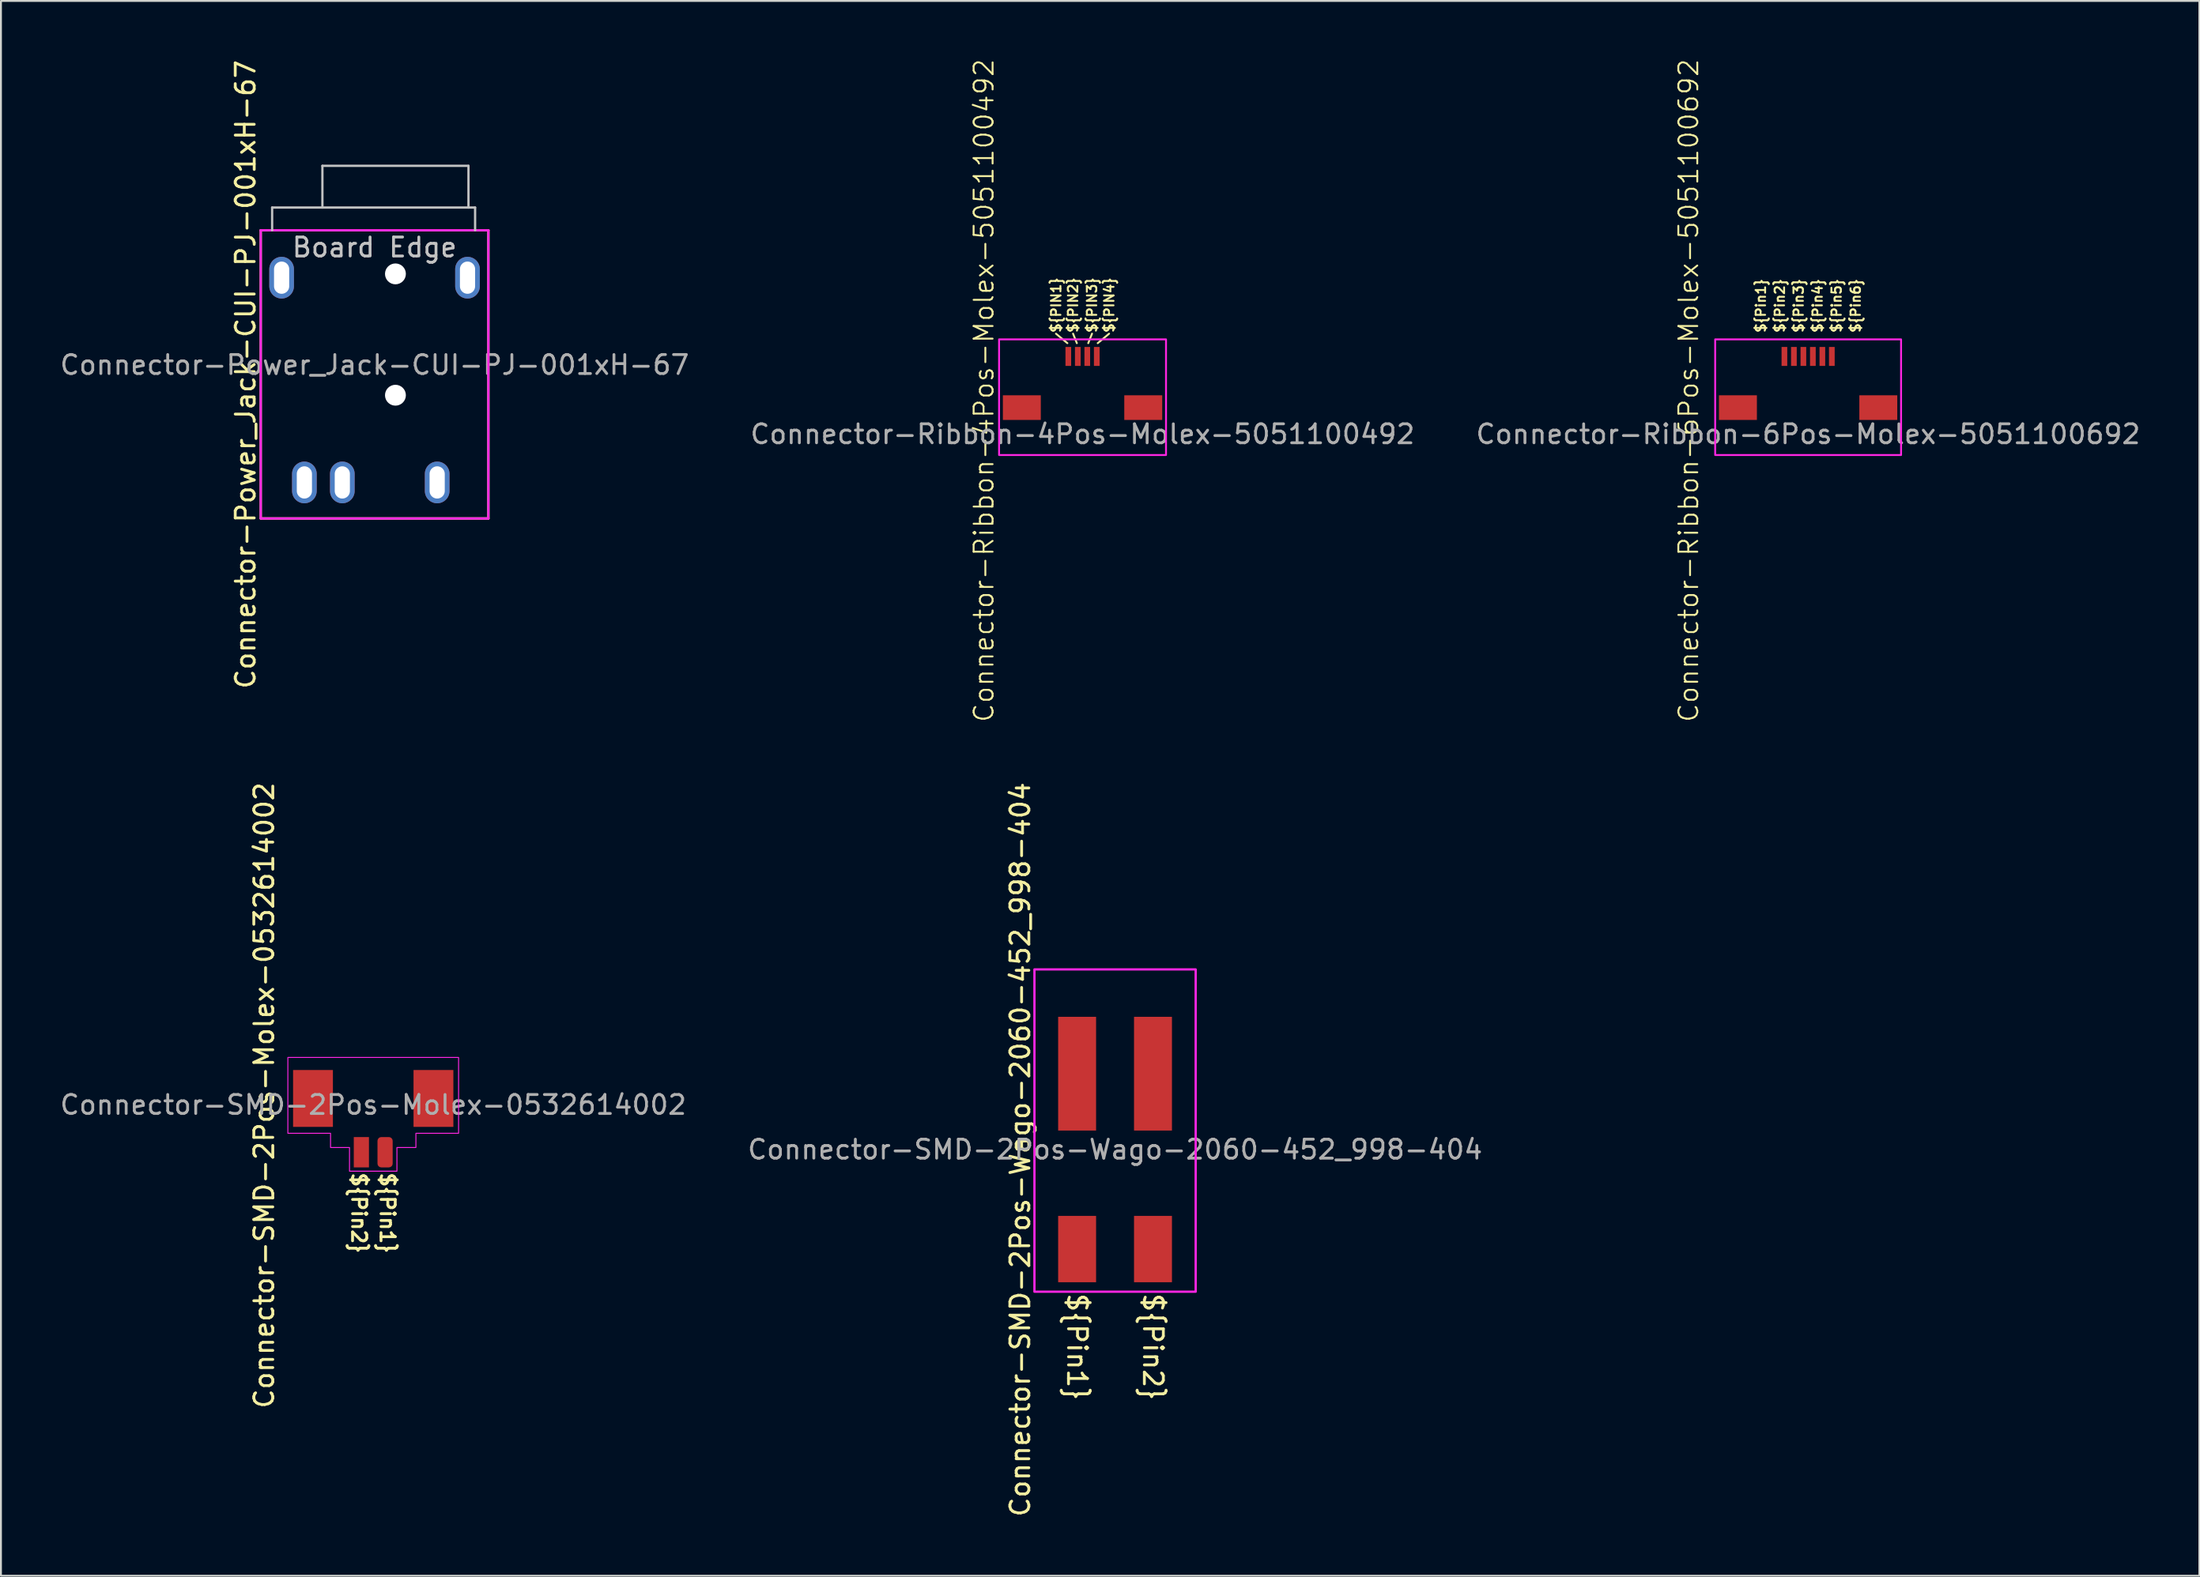
<source format=kicad_pcb>
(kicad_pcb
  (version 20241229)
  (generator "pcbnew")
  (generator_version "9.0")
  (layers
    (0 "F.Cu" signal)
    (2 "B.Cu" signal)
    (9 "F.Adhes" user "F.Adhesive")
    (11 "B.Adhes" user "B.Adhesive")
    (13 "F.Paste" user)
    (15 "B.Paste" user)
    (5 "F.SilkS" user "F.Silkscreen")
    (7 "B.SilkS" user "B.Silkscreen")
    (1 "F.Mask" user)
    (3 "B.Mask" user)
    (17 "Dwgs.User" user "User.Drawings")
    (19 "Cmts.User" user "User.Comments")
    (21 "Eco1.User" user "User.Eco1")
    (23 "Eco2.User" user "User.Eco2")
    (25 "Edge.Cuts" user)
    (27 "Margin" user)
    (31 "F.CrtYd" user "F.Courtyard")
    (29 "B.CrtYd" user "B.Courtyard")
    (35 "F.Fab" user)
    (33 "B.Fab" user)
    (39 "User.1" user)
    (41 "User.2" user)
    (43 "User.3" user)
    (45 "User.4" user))
  (footprint "Connector-SMD-2Pos-Molex-0532614002"
    (layer "F.Cu")
    (at 16.625 54.725)
    (property "Reference" "Connector-SMD-2Pos-Molex-0532614002" (at -5.75 0 90) (unlocked yes) (layer "F.SilkS") (effects (font (size 1 1) (thickness 0.15))))
    (attr through_hole)
    (fp_poly (pts (xy 4.5 2) (xy 2.25 2) (xy 2.25 2.75) (xy 1.25 2.75) (xy 1.25 4) (xy -1.25 4) (xy -1.25 2.75) (xy -2.25 2.75) (xy -2.25 2) (xy -4.5 2) (xy -4.5 -2) (xy 4.5 -2)) (stroke (width 0.05) (type solid)) (fill no) (layer "F.CrtYd"))
    (fp_text user "${Pin2}" (at -0.75 4 270) (unlocked yes) (layer "F.SilkS") (effects (font (size 0.75 0.75) (thickness 0.15)) (justify left)))
    (fp_text user "${Pin1}" (at 0.75 4 270) (unlocked yes) (layer "F.SilkS") (effects (font (size 0.75 0.75) (thickness 0.15)) (justify left)))
    (fp_text user "${REFERENCE}" (at 0 0.5 0) (unlocked yes) (layer "F.Fab") (effects (font (size 1 1) (thickness 0.15))))
    (pad "1" smd roundrect (at 0.625 3) (size 0.8 1.6) (layers "F.Cu" "F.Mask" "F.Paste") (roundrect_rratio 0.25))
    (pad "2" smd rect (at -0.625 3) (size 0.8 1.6) (layers "F.Cu" "F.Mask" "F.Paste"))
    (pad "3" smd rect (at -4.225 0.163) (size 2.1 3) (drill (offset 1.05 0)) (layers "F.Cu" "F.Mask" "F.Paste"))
    (pad "3" smd rect (at 4.225 0.163) (size 2.1 3) (drill (offset -1.05 0)) (layers "F.Cu" "F.Mask" "F.Paste")))
  (footprint "Connector-SMD-2Pos-Wago-2060-452_998-404"
    (layer "F.Cu")
    (at 55.732 57.582)
    (property "Reference" "Connector-SMD-2Pos-Wago-2060-452_998-404" (at -5 0 90) (unlocked yes) (layer "F.SilkS") (effects (font (size 1 1) (thickness 0.15))))
    (attr smd)
    (fp_rect (start -4.25 -9.5) (end 4.25 7.5) (stroke (width 0.12) (type solid)) (fill no) (layer "F.CrtYd"))
    (fp_text user "${Pin1}" (at -2 7.5 270) (unlocked yes) (layer "F.SilkS") (effects (font (size 1 1) (thickness 0.15)) (justify left)))
    (fp_text user "${Pin2}" (at 2 7.5 270) (unlocked yes) (layer "F.SilkS") (effects (font (size 1 1) (thickness 0.15)) (justify left)))
    (fp_text user "${REFERENCE}" (at 0 0 0) (unlocked yes) (layer "F.Fab") (effects (font (size 1 1) (thickness 0.15))))
    (pad "1" smd rect (at -2 -4) (size 2 6) (layers "F.Cu" "F.Mask" "F.Paste"))
    (pad "1" smd rect (at -2 5.25) (size 2 3.5) (layers "F.Cu" "F.Mask" "F.Paste"))
    (pad "2" smd rect (at 2 -4) (size 2 6) (layers "F.Cu" "F.Mask" "F.Paste"))
    (pad "2" smd rect (at 2 5.25) (size 2 3.5) (layers "F.Cu" "F.Mask" "F.Paste")))
  (footprint "Connector-Power_Jack-CUI-PJ-001xH-67"
    (layer "F.Cu")
    (at 16.696 9.096)
    (property "Reference" "Connector-Power_Jack-CUI-PJ-001xH-67" (at -6.8 7.6 90) (layer "F.SilkS") (effects (font (size 1 1) (thickness 0.15))))
    (attr through_hole)
    (fp_line (start -6 0) (end 6 0) (stroke (width 0.12) (type solid)) (layer "F.SilkS"))
    (fp_line (start -6 15.2) (end -6 0) (stroke (width 0.12) (type solid)) (layer "F.SilkS"))
    (fp_line (start 6 0) (end 6 15.2) (stroke (width 0.12) (type solid)) (layer "F.SilkS"))
    (fp_line (start 6 15.2) (end -6 15.2) (stroke (width 0.12) (type solid)) (layer "F.SilkS"))
    (fp_line (start -5.4 -1.2) (end -5.4 0) (stroke (width 0.12) (type solid)) (layer "Dwgs.User"))
    (fp_line (start -2.75 -3.4) (end 4.95 -3.4) (stroke (width 0.12) (type solid)) (layer "Dwgs.User"))
    (fp_line (start -2.75 -1.2) (end -5.4 -1.2) (stroke (width 0.12) (type solid)) (layer "Dwgs.User"))
    (fp_line (start -2.75 -1.2) (end -2.75 -3.4) (stroke (width 0.12) (type solid)) (layer "Dwgs.User"))
    (fp_line (start 4.95 -3.4) (end 4.95 -1.2) (stroke (width 0.12) (type solid)) (layer "Dwgs.User"))
    (fp_line (start 4.95 -1.2) (end -2.75 -1.2) (stroke (width 0.12) (type solid)) (layer "Dwgs.User"))
    (fp_line (start 4.95 -1.2) (end 5.3 -1.2) (stroke (width 0.12) (type solid)) (layer "Dwgs.User"))
    (fp_line (start 5.3 -1.2) (end 5.3 0) (stroke (width 0.12) (type solid)) (layer "Dwgs.User"))
    (fp_line (start -6 0) (end 6 0) (stroke (width 0.12) (type solid)) (layer "F.CrtYd"))
    (fp_line (start -6 15.2) (end -6 0) (stroke (width 0.12) (type solid)) (layer "F.CrtYd"))
    (fp_line (start 6 0) (end 6 15.2) (stroke (width 0.12) (type solid)) (layer "F.CrtYd"))
    (fp_line (start 6 15.2) (end -6 15.2) (stroke (width 0.12) (type solid)) (layer "F.CrtYd"))
    (fp_text user "Board Edge" (at 0 0.9 0) (layer "Dwgs.User") (effects (font (size 1 1) (thickness 0.15))))
    (fp_text user "${REFERENCE}" (at 0 7.1 0) (layer "F.Fab") (effects (font (size 1 1) (thickness 0.15))))
    (pad "" np_thru_hole circle (at 1.1 2.3) (size 1.1 1.1) (drill 1.1) (layers "*.Cu" "*.Mask"))
    (pad "" np_thru_hole circle (at 1.1 8.7) (size 1.1 1.1) (drill 1.1) (layers "*.Cu" "*.Mask"))
    (pad "1" thru_hole oval (at 3.3 13.3) (size 1.3 2.2) (drill oval 0.8 1.7) (layers "*.Cu" "*.Mask"))
    (pad "2" thru_hole oval (at -3.7 13.3) (size 1.3 2.2) (drill oval 0.8 1.7) (layers "*.Cu" "*.Mask"))
    (pad "3" thru_hole oval (at -1.7 13.3) (size 1.3 2.2) (drill oval 0.8 1.7) (layers "*.Cu" "*.Mask"))
    (pad "S1" thru_hole oval (at -4.9 2.5) (size 1.3 2.2) (drill oval 0.8 1.7) (layers "*.Cu" "*.Mask"))
    (pad "S1" thru_hole oval (at 4.9 2.5) (size 1.3 2.2) (drill oval 0.8 1.7) (layers "*.Cu" "*.Mask")))
  (footprint "Connector-Ribbon-6Pos-Molex-5051100692"
    (layer "F.Cu")
    (at 92.268 17.55)
    (property "Reference" "Connector-Ribbon-6Pos-Molex-5051100692" (at -6.3 0 90) (unlocked yes) (layer "F.SilkS") (effects (font (size 1 1) (thickness 0.1))))
    (attr smd)
    (fp_rect (start -4.9 -2.7) (end 4.9 3.4) (stroke (width 0.1) (type default)) (fill no) (layer "F.CrtYd"))
    (fp_text user "${Pin3}" (at -0.5 -3 90) (unlocked yes) (layer "F.SilkS") (effects (font (size 0.5 0.5) (thickness 0.1)) (justify left)))
    (fp_text user "${Pin1}" (at -2.2 -3 90) (unlocked yes) (layer "F.SilkS") (effects (font (size 0.5 0.5) (thickness 0.1)) (justify left bottom)))
    (fp_text user "${Pin5}" (at 1.5 -3 90) (unlocked yes) (layer "F.SilkS") (effects (font (size 0.5 0.5) (thickness 0.1)) (justify left)))
    (fp_text user "${Pin6}" (at 2.8 -3 90) (unlocked yes) (layer "F.SilkS") (effects (font (size 0.5 0.5) (thickness 0.1)) (justify left bottom)))
    (fp_text user "${Pin2}" (at -1.2 -3 90) (unlocked yes) (layer "F.SilkS") (effects (font (size 0.5 0.5) (thickness 0.1)) (justify left bottom)))
    (fp_text user "${Pin4}" (at 0.5 -3 90) (unlocked yes) (layer "F.SilkS") (effects (font (size 0.5 0.5) (thickness 0.1)) (justify left)))
    (fp_text user "${REFERENCE}" (at 0 2.3 0) (unlocked yes) (layer "F.Fab") (effects (font (size 1 1) (thickness 0.15))))
    (pad "" smd rect (at -3.7 0.9) (size 2 1.3) (layers "F.Cu" "F.Mask" "F.Paste"))
    (pad "" smd rect (at 3.7 0.9) (size 2 1.3) (layers "F.Cu" "F.Mask" "F.Paste"))
    (pad "1" smd rect (at -1.25 -1.8) (size 0.3 1) (layers "F.Cu" "F.Mask" "F.Paste"))
    (pad "2" smd rect (at -0.75 -1.8) (size 0.3 1) (layers "F.Cu" "F.Mask" "F.Paste"))
    (pad "3" smd rect (at -0.25 -1.8) (size 0.3 1) (layers "F.Cu" "F.Mask" "F.Paste"))
    (pad "4" smd rect (at 0.25 -1.8) (size 0.3 1) (layers "F.Cu" "F.Mask" "F.Paste"))
    (pad "5" smd rect (at 0.75 -1.8) (size 0.3 1) (layers "F.Cu" "F.Mask" "F.Paste"))
    (pad "6" smd rect (at 1.25 -1.8) (size 0.3 1) (layers "F.Cu" "F.Mask" "F.Paste")))
  (footprint "Connector-Ribbon-4Pos-Molex-5051100492"
    (layer "F.Cu")
    (at 54.018 17.55)
    (property "Reference" "Connector-Ribbon-4Pos-Molex-5051100492" (at -5.2 0 90) (unlocked yes) (layer "F.SilkS") (effects (font (size 1 1) (thickness 0.1))))
    (attr smd)
    (fp_line (start -1.4 -3) (end -0.8 -2.5) (stroke (width 0.1) (type default)) (layer "F.SilkS"))
    (fp_line (start -0.5 -3) (end -0.3 -2.5) (stroke (width 0.1) (type default)) (layer "F.SilkS"))
    (fp_line (start 0.5 -3) (end 0.3 -2.5) (stroke (width 0.1) (type default)) (layer "F.SilkS"))
    (fp_line (start 1.4 -3) (end 0.8 -2.5) (stroke (width 0.1) (type default)) (layer "F.SilkS"))
    (fp_rect (start -4.4 -2.7) (end 4.4 3.4) (stroke (width 0.1) (type default)) (fill no) (layer "F.CrtYd"))
    (fp_text user "${PIN1}" (at -1.1 -3 90) (unlocked yes) (layer "F.SilkS") (effects (font (size 0.5 0.5) (thickness 0.1)) (justify left bottom)))
    (fp_text user "${PIN4}" (at 1.7 -3 90) (unlocked yes) (layer "F.SilkS") (effects (font (size 0.5 0.5) (thickness 0.1)) (justify left bottom)))
    (fp_text user "${PIN3}" (at 0.5 -3 90) (unlocked yes) (layer "F.SilkS") (effects (font (size 0.5 0.5) (thickness 0.1)) (justify left)))
    (fp_text user "${PIN2}" (at -0.5 -3 90) (unlocked yes) (layer "F.SilkS") (effects (font (size 0.5 0.5) (thickness 0.1)) (justify left)))
    (fp_text user "${REFERENCE}" (at 0 2.3 0) (unlocked yes) (layer "F.Fab") (effects (font (size 1 1) (thickness 0.15))))
    (pad "" smd rect (at -3.2 0.9) (size 2 1.3) (layers "F.Cu" "F.Mask" "F.Paste"))
    (pad "" smd rect (at 3.2 0.9) (size 2 1.3) (layers "F.Cu" "F.Mask" "F.Paste"))
    (pad "1" smd rect (at -0.75 -1.8) (size 0.3 1) (layers "F.Cu" "F.Mask" "F.Paste"))
    (pad "2" smd rect (at -0.25 -1.8) (size 0.3 1) (layers "F.Cu" "F.Mask" "F.Paste"))
    (pad "3" smd rect (at 0.25 -1.8) (size 0.3 1) (layers "F.Cu" "F.Mask" "F.Paste"))
    (pad "4" smd rect (at 0.75 -1.8) (size 0.3 1) (layers "F.Cu" "F.Mask" "F.Paste")))
  (gr_rect
    (start -3 -3)
    (end 112.893 80.064)
    (stroke (width 0.1) (type default))
    (fill no)
    (layer "Edge.Cuts")))
</source>
